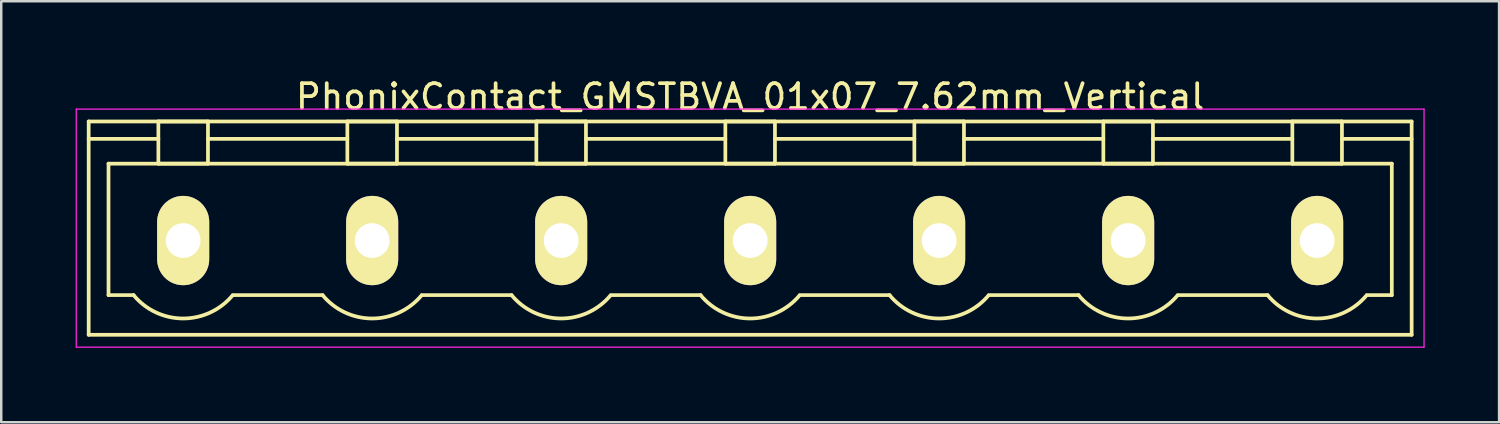
<source format=kicad_pcb>
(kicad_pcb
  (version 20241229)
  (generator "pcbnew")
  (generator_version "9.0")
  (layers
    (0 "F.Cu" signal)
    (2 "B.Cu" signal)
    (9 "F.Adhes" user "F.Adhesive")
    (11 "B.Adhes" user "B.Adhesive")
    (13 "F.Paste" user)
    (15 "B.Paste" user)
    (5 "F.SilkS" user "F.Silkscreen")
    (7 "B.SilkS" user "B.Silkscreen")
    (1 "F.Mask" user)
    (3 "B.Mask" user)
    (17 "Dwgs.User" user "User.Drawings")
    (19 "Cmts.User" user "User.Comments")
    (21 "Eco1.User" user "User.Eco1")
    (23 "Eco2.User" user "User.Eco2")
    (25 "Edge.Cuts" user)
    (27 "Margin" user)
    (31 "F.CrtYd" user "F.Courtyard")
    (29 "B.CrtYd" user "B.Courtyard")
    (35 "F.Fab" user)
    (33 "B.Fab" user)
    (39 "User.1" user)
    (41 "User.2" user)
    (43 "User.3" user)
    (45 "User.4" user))
  (footprint "PhonixContact_GMSTBVA_01x07_7.62mm_Vertical"
    (layer "F.Cu")
    (at 4.335 6.648)
    (property "Reference" "PhonixContact_GMSTBVA_01x07_7.62mm_Vertical" (at 22.86 -5.8 0) (layer "F.SilkS") (effects (font (size 1 1) (thickness 0.15))))
    (attr through_hole)
    (fp_line (start -3.81 -4.8) (end -3.81 3.8) (stroke (width 0.15) (type solid)) (layer "F.SilkS"))
    (fp_line (start -3.81 -4.1) (end -1 -4.1) (stroke (width 0.15) (type solid)) (layer "F.SilkS"))
    (fp_line (start -3.81 3.8) (end 49.53 3.8) (stroke (width 0.15) (type solid)) (layer "F.SilkS"))
    (fp_line (start -3.01 -3.1) (end 48.73 -3.1) (stroke (width 0.15) (type solid)) (layer "F.SilkS"))
    (fp_line (start -3.01 2.2) (end -3.01 -3.1) (stroke (width 0.15) (type solid)) (layer "F.SilkS"))
    (fp_line (start -2 2.2) (end -3.01 2.2) (stroke (width 0.15) (type solid)) (layer "F.SilkS"))
    (fp_line (start -1 -4.8) (end 1 -4.8) (stroke (width 0.15) (type solid)) (layer "F.SilkS"))
    (fp_line (start -1 -3.1) (end -1 -4.8) (stroke (width 0.15) (type solid)) (layer "F.SilkS"))
    (fp_line (start 1 -4.8) (end 1 -3.1) (stroke (width 0.15) (type solid)) (layer "F.SilkS"))
    (fp_line (start 1 -4.1) (end 6.62 -4.1) (stroke (width 0.15) (type solid)) (layer "F.SilkS"))
    (fp_line (start 1 -3.1) (end -1 -3.1) (stroke (width 0.15) (type solid)) (layer "F.SilkS"))
    (fp_line (start 2 2.2) (end 5.62 2.2) (stroke (width 0.15) (type solid)) (layer "F.SilkS"))
    (fp_line (start 6.62 -4.8) (end 8.62 -4.8) (stroke (width 0.15) (type solid)) (layer "F.SilkS"))
    (fp_line (start 6.62 -3.1) (end 6.62 -4.8) (stroke (width 0.15) (type solid)) (layer "F.SilkS"))
    (fp_line (start 8.62 -4.8) (end 8.62 -3.1) (stroke (width 0.15) (type solid)) (layer "F.SilkS"))
    (fp_line (start 8.62 -4.1) (end 14.24 -4.1) (stroke (width 0.15) (type solid)) (layer "F.SilkS"))
    (fp_line (start 8.62 -3.1) (end 6.62 -3.1) (stroke (width 0.15) (type solid)) (layer "F.SilkS"))
    (fp_line (start 9.62 2.2) (end 13.24 2.2) (stroke (width 0.15) (type solid)) (layer "F.SilkS"))
    (fp_line (start 14.24 -4.8) (end 16.24 -4.8) (stroke (width 0.15) (type solid)) (layer "F.SilkS"))
    (fp_line (start 14.24 -3.1) (end 14.24 -4.8) (stroke (width 0.15) (type solid)) (layer "F.SilkS"))
    (fp_line (start 16.24 -4.8) (end 16.24 -3.1) (stroke (width 0.15) (type solid)) (layer "F.SilkS"))
    (fp_line (start 16.24 -4.1) (end 21.86 -4.1) (stroke (width 0.15) (type solid)) (layer "F.SilkS"))
    (fp_line (start 16.24 -3.1) (end 14.24 -3.1) (stroke (width 0.15) (type solid)) (layer "F.SilkS"))
    (fp_line (start 17.24 2.2) (end 20.86 2.2) (stroke (width 0.15) (type solid)) (layer "F.SilkS"))
    (fp_line (start 21.86 -4.8) (end 23.86 -4.8) (stroke (width 0.15) (type solid)) (layer "F.SilkS"))
    (fp_line (start 21.86 -3.1) (end 21.86 -4.8) (stroke (width 0.15) (type solid)) (layer "F.SilkS"))
    (fp_line (start 23.86 -4.8) (end 23.86 -3.1) (stroke (width 0.15) (type solid)) (layer "F.SilkS"))
    (fp_line (start 23.86 -4.1) (end 29.48 -4.1) (stroke (width 0.15) (type solid)) (layer "F.SilkS"))
    (fp_line (start 23.86 -3.1) (end 21.86 -3.1) (stroke (width 0.15) (type solid)) (layer "F.SilkS"))
    (fp_line (start 24.86 2.2) (end 28.48 2.2) (stroke (width 0.15) (type solid)) (layer "F.SilkS"))
    (fp_line (start 29.48 -4.8) (end 31.48 -4.8) (stroke (width 0.15) (type solid)) (layer "F.SilkS"))
    (fp_line (start 29.48 -3.1) (end 29.48 -4.8) (stroke (width 0.15) (type solid)) (layer "F.SilkS"))
    (fp_line (start 31.48 -4.8) (end 31.48 -3.1) (stroke (width 0.15) (type solid)) (layer "F.SilkS"))
    (fp_line (start 31.48 -4.1) (end 37.1 -4.1) (stroke (width 0.15) (type solid)) (layer "F.SilkS"))
    (fp_line (start 31.48 -3.1) (end 29.48 -3.1) (stroke (width 0.15) (type solid)) (layer "F.SilkS"))
    (fp_line (start 32.48 2.2) (end 36.1 2.2) (stroke (width 0.15) (type solid)) (layer "F.SilkS"))
    (fp_line (start 37.1 -4.8) (end 39.1 -4.8) (stroke (width 0.15) (type solid)) (layer "F.SilkS"))
    (fp_line (start 37.1 -3.1) (end 37.1 -4.8) (stroke (width 0.15) (type solid)) (layer "F.SilkS"))
    (fp_line (start 39.1 -4.8) (end 39.1 -3.1) (stroke (width 0.15) (type solid)) (layer "F.SilkS"))
    (fp_line (start 39.1 -4.1) (end 44.72 -4.1) (stroke (width 0.15) (type solid)) (layer "F.SilkS"))
    (fp_line (start 39.1 -3.1) (end 37.1 -3.1) (stroke (width 0.15) (type solid)) (layer "F.SilkS"))
    (fp_line (start 40.1 2.2) (end 43.72 2.2) (stroke (width 0.15) (type solid)) (layer "F.SilkS"))
    (fp_line (start 44.72 -4.8) (end 46.72 -4.8) (stroke (width 0.15) (type solid)) (layer "F.SilkS"))
    (fp_line (start 44.72 -3.1) (end 44.72 -4.8) (stroke (width 0.15) (type solid)) (layer "F.SilkS"))
    (fp_line (start 46.72 -4.8) (end 46.72 -3.1) (stroke (width 0.15) (type solid)) (layer "F.SilkS"))
    (fp_line (start 46.72 -3.1) (end 44.72 -3.1) (stroke (width 0.15) (type solid)) (layer "F.SilkS"))
    (fp_line (start 48.73 -3.1) (end 48.73 2.2) (stroke (width 0.15) (type solid)) (layer "F.SilkS"))
    (fp_line (start 48.73 2.2) (end 47.72 2.2) (stroke (width 0.15) (type solid)) (layer "F.SilkS"))
    (fp_line (start 49.53 -4.8) (end -3.81 -4.8) (stroke (width 0.15) (type solid)) (layer "F.SilkS"))
    (fp_line (start 49.53 -4.1) (end 46.72 -4.1) (stroke (width 0.15) (type solid)) (layer "F.SilkS"))
    (fp_line (start 49.53 3.8) (end 49.53 -4.8) (stroke (width 0.15) (type solid)) (layer "F.SilkS"))
    (fp_arc (start 1.986842 2.215821) (mid -0.010289 3.142758) (end -2 2.2) (stroke (width 0.15) (type solid)) (layer "F.SilkS"))
    (fp_arc (start 9.606842 2.215821) (mid 7.609711 3.142758) (end 5.62 2.2) (stroke (width 0.15) (type solid)) (layer "F.SilkS"))
    (fp_arc (start 17.226842 2.215821) (mid 15.229711 3.142758) (end 13.24 2.2) (stroke (width 0.15) (type solid)) (layer "F.SilkS"))
    (fp_arc (start 24.846842 2.215821) (mid 22.849711 3.142758) (end 20.86 2.2) (stroke (width 0.15) (type solid)) (layer "F.SilkS"))
    (fp_arc (start 32.466842 2.215821) (mid 30.469711 3.142758) (end 28.48 2.2) (stroke (width 0.15) (type solid)) (layer "F.SilkS"))
    (fp_arc (start 40.086842 2.215821) (mid 38.089711 3.142758) (end 36.1 2.2) (stroke (width 0.15) (type solid)) (layer "F.SilkS"))
    (fp_arc (start 47.706842 2.215821) (mid 45.709711 3.142758) (end 43.72 2.2) (stroke (width 0.15) (type solid)) (layer "F.SilkS"))
    (fp_line (start -4.31 -5.3) (end -4.31 4.3) (stroke (width 0.05) (type solid)) (layer "F.CrtYd"))
    (fp_line (start -4.31 4.3) (end 50.03 4.3) (stroke (width 0.05) (type solid)) (layer "F.CrtYd"))
    (fp_line (start 50.03 -5.3) (end -4.31 -5.3) (stroke (width 0.05) (type solid)) (layer "F.CrtYd"))
    (fp_line (start 50.03 4.3) (end 50.03 -5.3) (stroke (width 0.05) (type solid)) (layer "F.CrtYd"))
    (pad "1" thru_hole oval (at 0 0) (size 2.1 3.6) (drill 1.4) (layers "*.Cu" "*.Mask" "F.SilkS"))
    (pad "2" thru_hole oval (at 7.62 0) (size 2.1 3.6) (drill 1.4) (layers "*.Cu" "*.Mask" "F.SilkS"))
    (pad "3" thru_hole oval (at 15.24 0) (size 2.1 3.6) (drill 1.4) (layers "*.Cu" "*.Mask" "F.SilkS"))
    (pad "4" thru_hole oval (at 22.86 0) (size 2.1 3.6) (drill 1.4) (layers "*.Cu" "*.Mask" "F.SilkS"))
    (pad "5" thru_hole oval (at 30.48 0) (size 2.1 3.6) (drill 1.4) (layers "*.Cu" "*.Mask" "F.SilkS"))
    (pad "6" thru_hole oval (at 38.1 0) (size 2.1 3.6) (drill 1.4) (layers "*.Cu" "*.Mask" "F.SilkS"))
    (pad "7" thru_hole oval (at 45.72 0) (size 2.1 3.6) (drill 1.4) (layers "*.Cu" "*.Mask" "F.SilkS")))
  (gr_rect
    (start -3 -3)
    (end 57.39 13.973)
    (stroke (width 0.1) (type default))
    (fill no)
    (layer "Edge.Cuts")))
</source>
